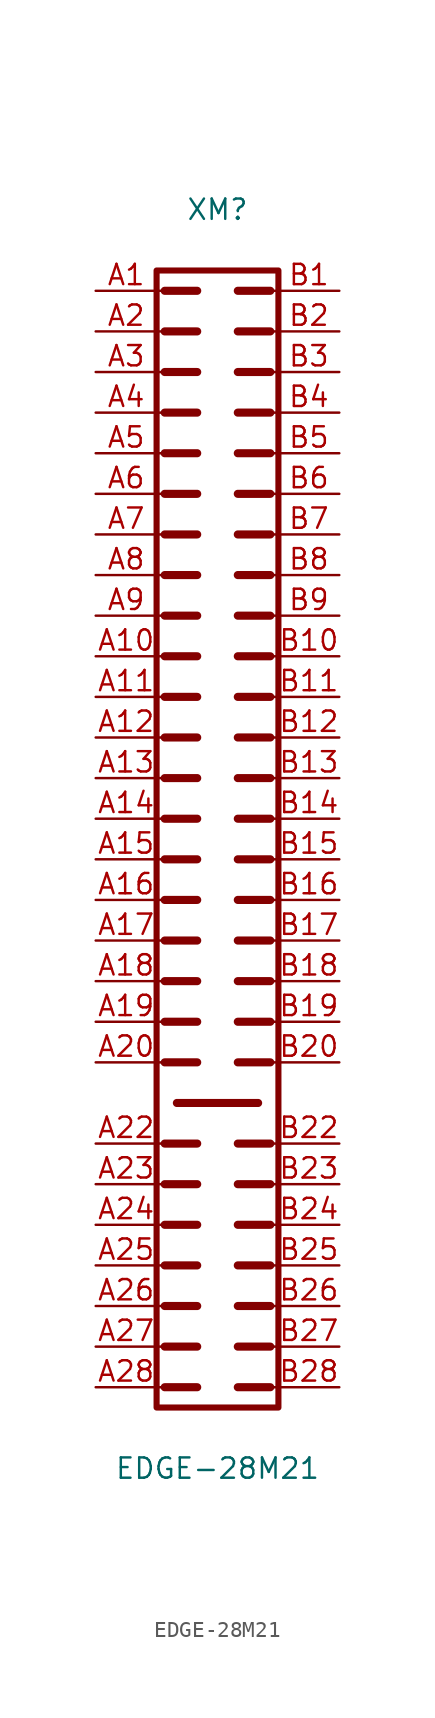
<source format=kicad_sym>
(kicad_symbol_lib
  (version 20231120)
  (generator "kicad_symbol_editor")
  (generator_version "8.0")
  (symbol "EDGE-28M21"
    (pin_names
      (offset 1.016))
    (property "Reference" "XM"
      (at 0 39.37 0)
      (effects (font (size 1.27 1.27))))
    (property "Value" "EDGE-28M21"
      (at 0 -39.37 0)
      (effects (font (size 1.27 1.27))))
    (symbol "EDGE-28M21_0_0"
      (polyline (pts (xy -2.54 -16.51) (xy 2.54 -16.51)) (stroke (width 0.508) (type default)) (fill (type none))))
    (symbol "EDGE-28M21_0_1"
      (rectangle (start -3.81 35.56) (end 3.81 -35.56) (stroke (width 0.381) (type default)) (fill (type none)))
      (polyline (pts (xy -3.81 -34.29) (xy -3.302 -34.29)) (stroke (width 0) (type default)) (fill (type none)))
      (polyline (pts (xy -3.81 -31.75) (xy -3.302 -31.75)) (stroke (width 0) (type default)) (fill (type none)))
      (polyline (pts (xy -3.81 -29.21) (xy -3.302 -29.21)) (stroke (width 0) (type default)) (fill (type none)))
      (polyline (pts (xy -3.81 -26.67) (xy -3.302 -26.67)) (stroke (width 0) (type default)) (fill (type none)))
      (polyline (pts (xy -3.81 -24.13) (xy -3.302 -24.13)) (stroke (width 0) (type default)) (fill (type none)))
      (polyline (pts (xy -3.81 -21.59) (xy -3.302 -21.59)) (stroke (width 0) (type default)) (fill (type none)))
      (polyline (pts (xy -3.81 -19.05) (xy -3.302 -19.05)) (stroke (width 0) (type default)) (fill (type none)))
      (polyline (pts (xy -3.81 -13.97) (xy -3.302 -13.97)) (stroke (width 0) (type default)) (fill (type none)))
      (polyline (pts (xy -3.81 -11.43) (xy -3.302 -11.43)) (stroke (width 0) (type default)) (fill (type none)))
      (polyline (pts (xy -3.81 -8.89) (xy -3.302 -8.89)) (stroke (width 0) (type default)) (fill (type none)))
      (polyline (pts (xy -3.81 -6.35) (xy -3.302 -6.35)) (stroke (width 0) (type default)) (fill (type none)))
      (polyline (pts (xy -3.81 -3.81) (xy -3.302 -3.81)) (stroke (width 0) (type default)) (fill (type none)))
      (polyline (pts (xy -3.81 -1.27) (xy -3.302 -1.27)) (stroke (width 0) (type default)) (fill (type none)))
      (polyline (pts (xy -3.81 1.27) (xy -3.302 1.27)) (stroke (width 0) (type default)) (fill (type none)))
      (polyline (pts (xy -3.81 3.81) (xy -3.302 3.81)) (stroke (width 0) (type default)) (fill (type none)))
      (polyline (pts (xy -3.81 6.35) (xy -3.302 6.35)) (stroke (width 0) (type default)) (fill (type none)))
      (polyline (pts (xy -3.81 8.89) (xy -3.302 8.89)) (stroke (width 0) (type default)) (fill (type none)))
      (polyline (pts (xy -3.81 11.43) (xy -3.302 11.43)) (stroke (width 0) (type default)) (fill (type none)))
      (polyline (pts (xy -3.81 13.97) (xy -3.302 13.97)) (stroke (width 0) (type default)) (fill (type none)))
      (polyline (pts (xy -3.81 16.51) (xy -3.302 16.51)) (stroke (width 0) (type default)) (fill (type none)))
      (polyline (pts (xy -3.81 19.05) (xy -3.302 19.05)) (stroke (width 0) (type default)) (fill (type none)))
      (polyline (pts (xy -3.81 21.59) (xy -3.302 21.59)) (stroke (width 0) (type default)) (fill (type none)))
      (polyline (pts (xy -3.81 24.13) (xy -3.302 24.13)) (stroke (width 0) (type default)) (fill (type none)))
      (polyline (pts (xy -3.81 26.67) (xy -3.302 26.67)) (stroke (width 0) (type default)) (fill (type none)))
      (polyline (pts (xy -3.81 29.21) (xy -3.302 29.21)) (stroke (width 0) (type default)) (fill (type none)))
      (polyline (pts (xy -3.81 31.75) (xy -3.302 31.75)) (stroke (width 0) (type default)) (fill (type none)))
      (polyline (pts (xy -3.81 34.29) (xy -3.302 34.29)) (stroke (width 0) (type default)) (fill (type none)))
      (polyline (pts (xy -3.302 -34.29) (xy -1.27 -34.29)) (stroke (width 0.508) (type default)) (fill (type none)))
      (polyline (pts (xy -3.302 -31.75) (xy -1.27 -31.75)) (stroke (width 0.508) (type default)) (fill (type none)))
      (polyline (pts (xy -3.302 -29.21) (xy -1.27 -29.21)) (stroke (width 0.508) (type default)) (fill (type none)))
      (polyline (pts (xy -3.302 -26.67) (xy -1.27 -26.67)) (stroke (width 0.508) (type default)) (fill (type none)))
      (polyline (pts (xy -3.302 -24.13) (xy -1.27 -24.13)) (stroke (width 0.508) (type default)) (fill (type none)))
      (polyline (pts (xy -3.302 -21.59) (xy -1.27 -21.59)) (stroke (width 0.508) (type default)) (fill (type none)))
      (polyline (pts (xy -3.302 -19.05) (xy -1.27 -19.05)) (stroke (width 0.508) (type default)) (fill (type none)))
      (polyline (pts (xy -3.302 -13.97) (xy -1.27 -13.97)) (stroke (width 0.508) (type default)) (fill (type none)))
      (polyline (pts (xy -3.302 -11.43) (xy -1.27 -11.43)) (stroke (width 0.508) (type default)) (fill (type none)))
      (polyline (pts (xy -3.302 -8.89) (xy -1.27 -8.89)) (stroke (width 0.508) (type default)) (fill (type none)))
      (polyline (pts (xy -3.302 -6.35) (xy -1.27 -6.35)) (stroke (width 0.508) (type default)) (fill (type none)))
      (polyline (pts (xy -3.302 -3.81) (xy -1.27 -3.81)) (stroke (width 0.508) (type default)) (fill (type none)))
      (polyline (pts (xy -3.302 -1.27) (xy -1.27 -1.27)) (stroke (width 0.508) (type default)) (fill (type none)))
      (polyline (pts (xy -3.302 1.27) (xy -1.27 1.27)) (stroke (width 0.508) (type default)) (fill (type none)))
      (polyline (pts (xy -3.302 3.81) (xy -1.27 3.81)) (stroke (width 0.508) (type default)) (fill (type none)))
      (polyline (pts (xy -3.302 6.35) (xy -1.27 6.35)) (stroke (width 0.508) (type default)) (fill (type none)))
      (polyline (pts (xy -3.302 8.89) (xy -1.27 8.89)) (stroke (width 0.508) (type default)) (fill (type none)))
      (polyline (pts (xy -3.302 11.43) (xy -1.27 11.43)) (stroke (width 0.508) (type default)) (fill (type none)))
      (polyline (pts (xy -3.302 13.97) (xy -1.27 13.97)) (stroke (width 0.508) (type default)) (fill (type none)))
      (polyline (pts (xy -3.302 16.51) (xy -1.27 16.51)) (stroke (width 0.508) (type default)) (fill (type none)))
      (polyline (pts (xy -3.302 19.05) (xy -1.27 19.05)) (stroke (width 0.508) (type default)) (fill (type none)))
      (polyline (pts (xy -3.302 21.59) (xy -1.27 21.59)) (stroke (width 0.508) (type default)) (fill (type none)))
      (polyline (pts (xy -3.302 24.13) (xy -1.27 24.13)) (stroke (width 0.508) (type default)) (fill (type none)))
      (polyline (pts (xy -3.302 26.67) (xy -1.27 26.67)) (stroke (width 0.508) (type default)) (fill (type none)))
      (polyline (pts (xy -3.302 29.21) (xy -1.27 29.21)) (stroke (width 0.508) (type default)) (fill (type none)))
      (polyline (pts (xy -3.302 31.75) (xy -1.27 31.75)) (stroke (width 0.508) (type default)) (fill (type none)))
      (polyline (pts (xy -3.302 34.29) (xy -1.27 34.29)) (stroke (width 0.508) (type default)) (fill (type none)))
      (polyline (pts (xy 3.302 -34.29) (xy 1.27 -34.29)) (stroke (width 0.508) (type default)) (fill (type none)))
      (polyline (pts (xy 3.302 -31.75) (xy 1.27 -31.75)) (stroke (width 0.508) (type default)) (fill (type none)))
      (polyline (pts (xy 3.302 -29.21) (xy 1.27 -29.21)) (stroke (width 0.508) (type default)) (fill (type none)))
      (polyline (pts (xy 3.302 -26.67) (xy 1.27 -26.67)) (stroke (width 0.508) (type default)) (fill (type none)))
      (polyline (pts (xy 3.302 -24.13) (xy 1.27 -24.13)) (stroke (width 0.508) (type default)) (fill (type none)))
      (polyline (pts (xy 3.302 -21.59) (xy 1.27 -21.59)) (stroke (width 0.508) (type default)) (fill (type none)))
      (polyline (pts (xy 3.302 -19.05) (xy 1.27 -19.05)) (stroke (width 0.508) (type default)) (fill (type none)))
      (polyline (pts (xy 3.302 -13.97) (xy 1.27 -13.97)) (stroke (width 0.508) (type default)) (fill (type none)))
      (polyline (pts (xy 3.302 -11.43) (xy 1.27 -11.43)) (stroke (width 0.508) (type default)) (fill (type none)))
      (polyline (pts (xy 3.302 -8.89) (xy 1.27 -8.89)) (stroke (width 0.508) (type default)) (fill (type none)))
      (polyline (pts (xy 3.302 -6.35) (xy 1.27 -6.35)) (stroke (width 0.508) (type default)) (fill (type none)))
      (polyline (pts (xy 3.302 -3.81) (xy 1.27 -3.81)) (stroke (width 0.508) (type default)) (fill (type none)))
      (polyline (pts (xy 3.302 -1.27) (xy 1.27 -1.27)) (stroke (width 0.508) (type default)) (fill (type none)))
      (polyline (pts (xy 3.302 1.27) (xy 1.27 1.27)) (stroke (width 0.508) (type default)) (fill (type none)))
      (polyline (pts (xy 3.302 3.81) (xy 1.27 3.81)) (stroke (width 0.508) (type default)) (fill (type none)))
      (polyline (pts (xy 3.302 6.35) (xy 1.27 6.35)) (stroke (width 0.508) (type default)) (fill (type none)))
      (polyline (pts (xy 3.302 8.89) (xy 1.27 8.89)) (stroke (width 0.508) (type default)) (fill (type none)))
      (polyline (pts (xy 3.302 11.43) (xy 1.27 11.43)) (stroke (width 0.508) (type default)) (fill (type none)))
      (polyline (pts (xy 3.302 13.97) (xy 1.27 13.97)) (stroke (width 0.508) (type default)) (fill (type none)))
      (polyline (pts (xy 3.302 16.51) (xy 1.27 16.51)) (stroke (width 0.508) (type default)) (fill (type none)))
      (polyline (pts (xy 3.302 19.05) (xy 1.27 19.05)) (stroke (width 0.508) (type default)) (fill (type none)))
      (polyline (pts (xy 3.302 21.59) (xy 1.27 21.59)) (stroke (width 0.508) (type default)) (fill (type none)))
      (polyline (pts (xy 3.302 24.13) (xy 1.27 24.13)) (stroke (width 0.508) (type default)) (fill (type none)))
      (polyline (pts (xy 3.302 26.67) (xy 1.27 26.67)) (stroke (width 0.508) (type default)) (fill (type none)))
      (polyline (pts (xy 3.302 29.21) (xy 1.27 29.21)) (stroke (width 0.508) (type default)) (fill (type none)))
      (polyline (pts (xy 3.302 31.75) (xy 1.27 31.75)) (stroke (width 0.508) (type default)) (fill (type none)))
      (polyline (pts (xy 3.302 34.29) (xy 1.27 34.29)) (stroke (width 0.508) (type default)) (fill (type none)))
      (polyline (pts (xy 3.81 -34.29) (xy 3.302 -34.29)) (stroke (width 0) (type default)) (fill (type none)))
      (polyline (pts (xy 3.81 -31.75) (xy 3.302 -31.75)) (stroke (width 0) (type default)) (fill (type none)))
      (polyline (pts (xy 3.81 -29.21) (xy 3.302 -29.21)) (stroke (width 0) (type default)) (fill (type none)))
      (polyline (pts (xy 3.81 -26.67) (xy 3.302 -26.67)) (stroke (width 0) (type default)) (fill (type none)))
      (polyline (pts (xy 3.81 -24.13) (xy 3.302 -24.13)) (stroke (width 0) (type default)) (fill (type none)))
      (polyline (pts (xy 3.81 -21.59) (xy 3.302 -21.59)) (stroke (width 0) (type default)) (fill (type none)))
      (polyline (pts (xy 3.81 -19.05) (xy 3.302 -19.05)) (stroke (width 0) (type default)) (fill (type none)))
      (polyline (pts (xy 3.81 -13.97) (xy 3.302 -13.97)) (stroke (width 0) (type default)) (fill (type none)))
      (polyline (pts (xy 3.81 -11.43) (xy 3.302 -11.43)) (stroke (width 0) (type default)) (fill (type none)))
      (polyline (pts (xy 3.81 -8.89) (xy 3.302 -8.89)) (stroke (width 0) (type default)) (fill (type none)))
      (polyline (pts (xy 3.81 -6.35) (xy 3.302 -6.35)) (stroke (width 0) (type default)) (fill (type none)))
      (polyline (pts (xy 3.81 -3.81) (xy 3.302 -3.81)) (stroke (width 0) (type default)) (fill (type none)))
      (polyline (pts (xy 3.81 -1.27) (xy 3.302 -1.27)) (stroke (width 0) (type default)) (fill (type none)))
      (polyline (pts (xy 3.81 1.27) (xy 3.302 1.27)) (stroke (width 0) (type default)) (fill (type none)))
      (polyline (pts (xy 3.81 3.81) (xy 3.302 3.81)) (stroke (width 0) (type default)) (fill (type none)))
      (polyline (pts (xy 3.81 6.35) (xy 3.302 6.35)) (stroke (width 0) (type default)) (fill (type none)))
      (polyline (pts (xy 3.81 8.89) (xy 3.302 8.89)) (stroke (width 0) (type default)) (fill (type none)))
      (polyline (pts (xy 3.81 11.43) (xy 3.302 11.43)) (stroke (width 0) (type default)) (fill (type none)))
      (polyline (pts (xy 3.81 13.97) (xy 3.302 13.97)) (stroke (width 0) (type default)) (fill (type none)))
      (polyline (pts (xy 3.81 16.51) (xy 3.302 16.51)) (stroke (width 0) (type default)) (fill (type none)))
      (polyline (pts (xy 3.81 19.05) (xy 3.302 19.05)) (stroke (width 0) (type default)) (fill (type none)))
      (polyline (pts (xy 3.81 21.59) (xy 3.302 21.59)) (stroke (width 0) (type default)) (fill (type none)))
      (polyline (pts (xy 3.81 24.13) (xy 3.302 24.13)) (stroke (width 0) (type default)) (fill (type none)))
      (polyline (pts (xy 3.81 26.67) (xy 3.302 26.67)) (stroke (width 0) (type default)) (fill (type none)))
      (polyline (pts (xy 3.81 29.21) (xy 3.302 29.21)) (stroke (width 0) (type default)) (fill (type none)))
      (polyline (pts (xy 3.81 31.75) (xy 3.302 31.75)) (stroke (width 0) (type default)) (fill (type none)))
      (polyline (pts (xy 3.81 34.29) (xy 3.302 34.29)) (stroke (width 0) (type default)) (fill (type none))))
    (symbol "EDGE-28M21_1_1"
      (pin passive line (at -7.62 34.29 0) (length 3.81) (name "~" (effects (font (size 1.27 1.27)))) (number "A1" (effects (font (size 1.27 1.27)))))
      (pin passive line (at -7.62 11.43 0) (length 3.81) (name "~" (effects (font (size 1.27 1.27)))) (number "A10" (effects (font (size 1.27 1.27)))))
      (pin passive line (at -7.62 8.89 0) (length 3.81) (name "~" (effects (font (size 1.27 1.27)))) (number "A11" (effects (font (size 1.27 1.27)))))
      (pin passive line (at -7.62 6.35 0) (length 3.81) (name "~" (effects (font (size 1.27 1.27)))) (number "A12" (effects (font (size 1.27 1.27)))))
      (pin passive line (at -7.62 3.81 0) (length 3.81) (name "~" (effects (font (size 1.27 1.27)))) (number "A13" (effects (font (size 1.27 1.27)))))
      (pin passive line (at -7.62 1.27 0) (length 3.81) (name "~" (effects (font (size 1.27 1.27)))) (number "A14" (effects (font (size 1.27 1.27)))))
      (pin passive line (at -7.62 -1.27 0) (length 3.81) (name "~" (effects (font (size 1.27 1.27)))) (number "A15" (effects (font (size 1.27 1.27)))))
      (pin passive line (at -7.62 -3.81 0) (length 3.81) (name "~" (effects (font (size 1.27 1.27)))) (number "A16" (effects (font (size 1.27 1.27)))))
      (pin passive line (at -7.62 -6.35 0) (length 3.81) (name "~" (effects (font (size 1.27 1.27)))) (number "A17" (effects (font (size 1.27 1.27)))))
      (pin passive line (at -7.62 -8.89 0) (length 3.81) (name "~" (effects (font (size 1.27 1.27)))) (number "A18" (effects (font (size 1.27 1.27)))))
      (pin passive line (at -7.62 -11.43 0) (length 3.81) (name "~" (effects (font (size 1.27 1.27)))) (number "A19" (effects (font (size 1.27 1.27)))))
      (pin passive line (at -7.62 31.75 0) (length 3.81) (name "~" (effects (font (size 1.27 1.27)))) (number "A2" (effects (font (size 1.27 1.27)))))
      (pin passive line (at -7.62 -13.97 0) (length 3.81) (name "~" (effects (font (size 1.27 1.27)))) (number "A20" (effects (font (size 1.27 1.27)))))
      (pin passive line (at -7.62 -19.05 0) (length 3.81) (name "~" (effects (font (size 1.27 1.27)))) (number "A22" (effects (font (size 1.27 1.27)))))
      (pin passive line (at -7.62 -21.59 0) (length 3.81) (name "~" (effects (font (size 1.27 1.27)))) (number "A23" (effects (font (size 1.27 1.27)))))
      (pin passive line (at -7.62 -24.13 0) (length 3.81) (name "~" (effects (font (size 1.27 1.27)))) (number "A24" (effects (font (size 1.27 1.27)))))
      (pin passive line (at -7.62 -26.67 0) (length 3.81) (name "~" (effects (font (size 1.27 1.27)))) (number "A25" (effects (font (size 1.27 1.27)))))
      (pin passive line (at -7.62 -29.21 0) (length 3.81) (name "~" (effects (font (size 1.27 1.27)))) (number "A26" (effects (font (size 1.27 1.27)))))
      (pin passive line (at -7.62 -31.75 0) (length 3.81) (name "~" (effects (font (size 1.27 1.27)))) (number "A27" (effects (font (size 1.27 1.27)))))
      (pin passive line (at -7.62 -34.29 0) (length 3.81) (name "~" (effects (font (size 1.27 1.27)))) (number "A28" (effects (font (size 1.27 1.27)))))
      (pin passive line (at -7.62 29.21 0) (length 3.81) (name "~" (effects (font (size 1.27 1.27)))) (number "A3" (effects (font (size 1.27 1.27)))))
      (pin passive line (at -7.62 26.67 0) (length 3.81) (name "~" (effects (font (size 1.27 1.27)))) (number "A4" (effects (font (size 1.27 1.27)))))
      (pin passive line (at -7.62 24.13 0) (length 3.81) (name "~" (effects (font (size 1.27 1.27)))) (number "A5" (effects (font (size 1.27 1.27)))))
      (pin passive line (at -7.62 21.59 0) (length 3.81) (name "~" (effects (font (size 1.27 1.27)))) (number "A6" (effects (font (size 1.27 1.27)))))
      (pin passive line (at -7.62 19.05 0) (length 3.81) (name "~" (effects (font (size 1.27 1.27)))) (number "A7" (effects (font (size 1.27 1.27)))))
      (pin passive line (at -7.62 16.51 0) (length 3.81) (name "~" (effects (font (size 1.27 1.27)))) (number "A8" (effects (font (size 1.27 1.27)))))
      (pin passive line (at -7.62 13.97 0) (length 3.81) (name "~" (effects (font (size 1.27 1.27)))) (number "A9" (effects (font (size 1.27 1.27)))))
      (pin passive line (at 7.62 34.29 180) (length 3.81) (name "~" (effects (font (size 1.27 1.27)))) (number "B1" (effects (font (size 1.27 1.27)))))
      (pin passive line (at 7.62 11.43 180) (length 3.81) (name "~" (effects (font (size 1.27 1.27)))) (number "B10" (effects (font (size 1.27 1.27)))))
      (pin passive line (at 7.62 8.89 180) (length 3.81) (name "~" (effects (font (size 1.27 1.27)))) (number "B11" (effects (font (size 1.27 1.27)))))
      (pin passive line (at 7.62 6.35 180) (length 3.81) (name "~" (effects (font (size 1.27 1.27)))) (number "B12" (effects (font (size 1.27 1.27)))))
      (pin passive line (at 7.62 3.81 180) (length 3.81) (name "~" (effects (font (size 1.27 1.27)))) (number "B13" (effects (font (size 1.27 1.27)))))
      (pin passive line (at 7.62 1.27 180) (length 3.81) (name "~" (effects (font (size 1.27 1.27)))) (number "B14" (effects (font (size 1.27 1.27)))))
      (pin passive line (at 7.62 -1.27 180) (length 3.81) (name "~" (effects (font (size 1.27 1.27)))) (number "B15" (effects (font (size 1.27 1.27)))))
      (pin passive line (at 7.62 -3.81 180) (length 3.81) (name "~" (effects (font (size 1.27 1.27)))) (number "B16" (effects (font (size 1.27 1.27)))))
      (pin passive line (at 7.62 -6.35 180) (length 3.81) (name "~" (effects (font (size 1.27 1.27)))) (number "B17" (effects (font (size 1.27 1.27)))))
      (pin passive line (at 7.62 -8.89 180) (length 3.81) (name "~" (effects (font (size 1.27 1.27)))) (number "B18" (effects (font (size 1.27 1.27)))))
      (pin passive line (at 7.62 -11.43 180) (length 3.81) (name "~" (effects (font (size 1.27 1.27)))) (number "B19" (effects (font (size 1.27 1.27)))))
      (pin passive line (at 7.62 31.75 180) (length 3.81) (name "~" (effects (font (size 1.27 1.27)))) (number "B2" (effects (font (size 1.27 1.27)))))
      (pin passive line (at 7.62 -13.97 180) (length 3.81) (name "~" (effects (font (size 1.27 1.27)))) (number "B20" (effects (font (size 1.27 1.27)))))
      (pin passive line (at 7.62 -19.05 180) (length 3.81) (name "~" (effects (font (size 1.27 1.27)))) (number "B22" (effects (font (size 1.27 1.27)))))
      (pin passive line (at 7.62 -21.59 180) (length 3.81) (name "~" (effects (font (size 1.27 1.27)))) (number "B23" (effects (font (size 1.27 1.27)))))
      (pin passive line (at 7.62 -24.13 180) (length 3.81) (name "~" (effects (font (size 1.27 1.27)))) (number "B24" (effects (font (size 1.27 1.27)))))
      (pin passive line (at 7.62 -26.67 180) (length 3.81) (name "~" (effects (font (size 1.27 1.27)))) (number "B25" (effects (font (size 1.27 1.27)))))
      (pin passive line (at 7.62 -29.21 180) (length 3.81) (name "~" (effects (font (size 1.27 1.27)))) (number "B26" (effects (font (size 1.27 1.27)))))
      (pin passive line (at 7.62 -31.75 180) (length 3.81) (name "~" (effects (font (size 1.27 1.27)))) (number "B27" (effects (font (size 1.27 1.27)))))
      (pin passive line (at 7.62 -34.29 180) (length 3.81) (name "~" (effects (font (size 1.27 1.27)))) (number "B28" (effects (font (size 1.27 1.27)))))
      (pin passive line (at 7.62 29.21 180) (length 3.81) (name "~" (effects (font (size 1.27 1.27)))) (number "B3" (effects (font (size 1.27 1.27)))))
      (pin passive line (at 7.62 26.67 180) (length 3.81) (name "~" (effects (font (size 1.27 1.27)))) (number "B4" (effects (font (size 1.27 1.27)))))
      (pin passive line (at 7.62 24.13 180) (length 3.81) (name "~" (effects (font (size 1.27 1.27)))) (number "B5" (effects (font (size 1.27 1.27)))))
      (pin passive line (at 7.62 21.59 180) (length 3.81) (name "~" (effects (font (size 1.27 1.27)))) (number "B6" (effects (font (size 1.27 1.27)))))
      (pin passive line (at 7.62 19.05 180) (length 3.81) (name "~" (effects (font (size 1.27 1.27)))) (number "B7" (effects (font (size 1.27 1.27)))))
      (pin passive line (at 7.62 16.51 180) (length 3.81) (name "~" (effects (font (size 1.27 1.27)))) (number "B8" (effects (font (size 1.27 1.27)))))
      (pin passive line (at 7.62 13.97 180) (length 3.81) (name "~" (effects (font (size 1.27 1.27)))) (number "B9" (effects (font (size 1.27 1.27))))))))
</source>
